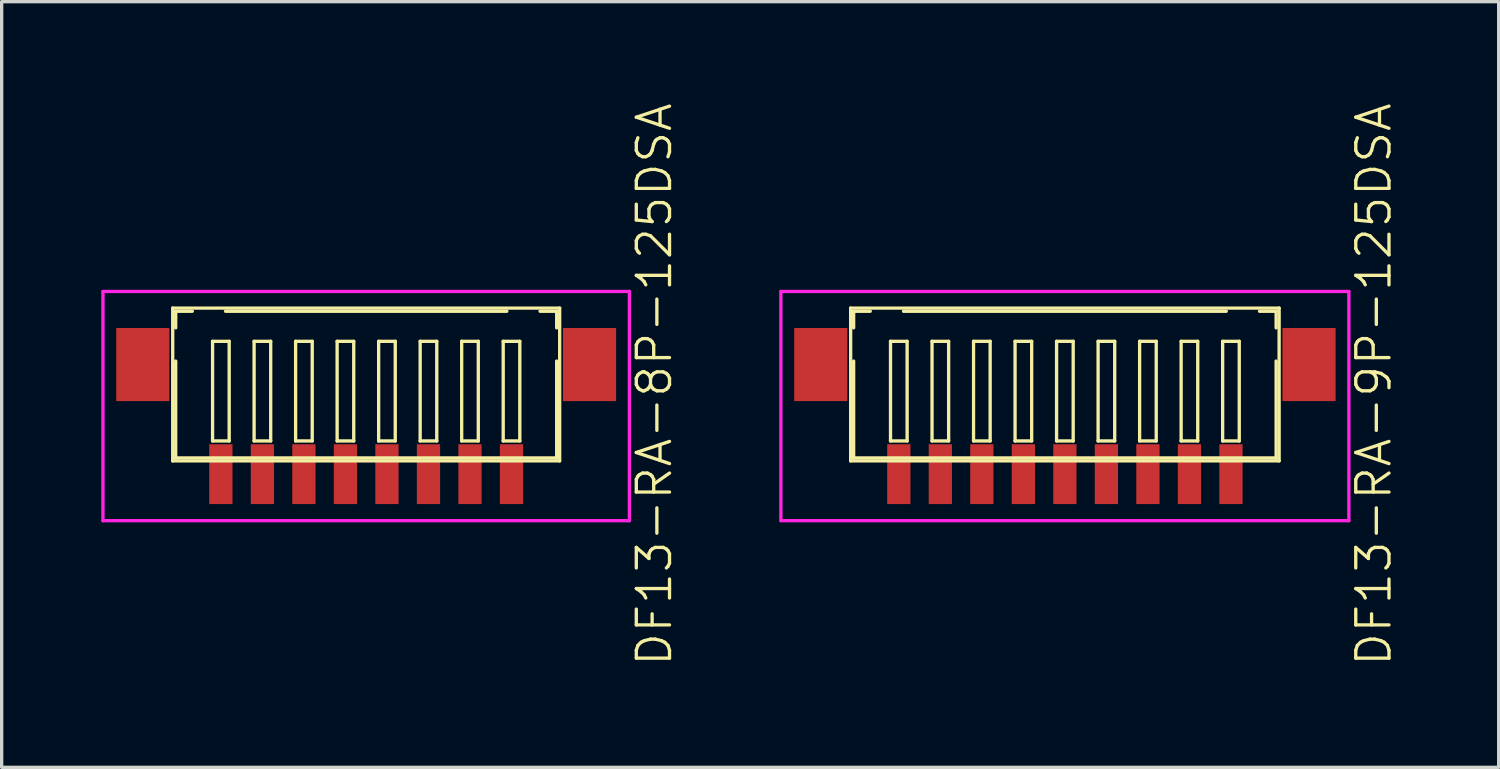
<source format=kicad_pcb>
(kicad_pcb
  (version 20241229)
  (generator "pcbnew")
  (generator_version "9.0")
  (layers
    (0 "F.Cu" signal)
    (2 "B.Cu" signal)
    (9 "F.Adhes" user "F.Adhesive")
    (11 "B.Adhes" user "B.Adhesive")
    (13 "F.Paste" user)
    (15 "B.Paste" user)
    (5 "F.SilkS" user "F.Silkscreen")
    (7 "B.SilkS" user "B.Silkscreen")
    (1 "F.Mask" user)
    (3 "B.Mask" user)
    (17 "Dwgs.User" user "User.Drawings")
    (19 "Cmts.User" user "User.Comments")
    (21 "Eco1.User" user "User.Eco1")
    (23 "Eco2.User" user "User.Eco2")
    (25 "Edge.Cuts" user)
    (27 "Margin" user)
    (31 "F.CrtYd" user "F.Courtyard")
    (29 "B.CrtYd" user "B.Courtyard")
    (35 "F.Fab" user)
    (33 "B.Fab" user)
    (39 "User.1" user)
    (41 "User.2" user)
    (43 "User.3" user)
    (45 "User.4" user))
  (footprint "DF13-RA-9P-125DSA"
    (layer "F.Cu")
    (at 29.011 11.226)
    (property "Reference" "DF13-RA-9P-125DSA" (at 9.3 -2.7 90) (layer "F.SilkS") (effects (font (size 1 1) (thickness 0.1))))
    (attr through_hole)
    (fp_line (start -6.45 -5) (end -6.45 -0.4) (stroke (width 0.1) (type solid)) (layer "F.SilkS"))
    (fp_line (start -6.45 -5) (end 6.45 -5) (stroke (width 0.1) (type solid)) (layer "F.SilkS"))
    (fp_line (start -6.45 -0.4) (end 6.45 -0.4) (stroke (width 0.1) (type solid)) (layer "F.SilkS"))
    (fp_line (start -6.36 -4.905) (end -6.36 -4.405) (stroke (width 0.1) (type solid)) (layer "F.SilkS"))
    (fp_line (start -6.36 -4.905) (end -5.86 -4.905) (stroke (width 0.1) (type solid)) (layer "F.SilkS"))
    (fp_line (start -6.36 -3.405) (end -6.36 -0.49) (stroke (width 0.1) (type solid)) (layer "F.SilkS"))
    (fp_line (start -6.36 -0.49) (end 6.36 -0.49) (stroke (width 0.1) (type solid)) (layer "F.SilkS"))
    (fp_line (start -5.25 -4) (end -5.25 -1) (stroke (width 0.1) (type solid)) (layer "F.SilkS"))
    (fp_line (start -5.25 -1) (end -4.75 -1) (stroke (width 0.1) (type solid)) (layer "F.SilkS"))
    (fp_line (start -4.86 -4.905) (end 4.86 -4.905) (stroke (width 0.1) (type solid)) (layer "F.SilkS"))
    (fp_line (start -4.75 -4) (end -5.25 -4) (stroke (width 0.1) (type solid)) (layer "F.SilkS"))
    (fp_line (start -4.75 -1) (end -4.75 -4) (stroke (width 0.1) (type solid)) (layer "F.SilkS"))
    (fp_line (start -4 -4) (end -4 -1) (stroke (width 0.1) (type solid)) (layer "F.SilkS"))
    (fp_line (start -4 -1) (end -3.5 -1) (stroke (width 0.1) (type solid)) (layer "F.SilkS"))
    (fp_line (start -3.5 -4) (end -4 -4) (stroke (width 0.1) (type solid)) (layer "F.SilkS"))
    (fp_line (start -3.5 -1) (end -3.5 -4) (stroke (width 0.1) (type solid)) (layer "F.SilkS"))
    (fp_line (start -2.75 -4) (end -2.75 -1) (stroke (width 0.1) (type solid)) (layer "F.SilkS"))
    (fp_line (start -2.75 -1) (end -2.25 -1) (stroke (width 0.1) (type solid)) (layer "F.SilkS"))
    (fp_line (start -2.25 -4) (end -2.75 -4) (stroke (width 0.1) (type solid)) (layer "F.SilkS"))
    (fp_line (start -2.25 -1) (end -2.25 -4) (stroke (width 0.1) (type solid)) (layer "F.SilkS"))
    (fp_line (start -1.5 -4) (end -1.5 -1) (stroke (width 0.1) (type solid)) (layer "F.SilkS"))
    (fp_line (start -1.5 -1) (end -1 -1) (stroke (width 0.1) (type solid)) (layer "F.SilkS"))
    (fp_line (start -1 -4) (end -1.5 -4) (stroke (width 0.1) (type solid)) (layer "F.SilkS"))
    (fp_line (start -1 -1) (end -1 -4) (stroke (width 0.1) (type solid)) (layer "F.SilkS"))
    (fp_line (start -0.25 -4) (end -0.25 -1) (stroke (width 0.1) (type solid)) (layer "F.SilkS"))
    (fp_line (start -0.25 -1) (end 0.25 -1) (stroke (width 0.1) (type solid)) (layer "F.SilkS"))
    (fp_line (start 0.25 -4) (end -0.25 -4) (stroke (width 0.1) (type solid)) (layer "F.SilkS"))
    (fp_line (start 0.25 -1) (end 0.25 -4) (stroke (width 0.1) (type solid)) (layer "F.SilkS"))
    (fp_line (start 1 -4) (end 1 -1) (stroke (width 0.1) (type solid)) (layer "F.SilkS"))
    (fp_line (start 1 -1) (end 1.5 -1) (stroke (width 0.1) (type solid)) (layer "F.SilkS"))
    (fp_line (start 1.5 -4) (end 1 -4) (stroke (width 0.1) (type solid)) (layer "F.SilkS"))
    (fp_line (start 1.5 -1) (end 1.5 -4) (stroke (width 0.1) (type solid)) (layer "F.SilkS"))
    (fp_line (start 2.25 -4) (end 2.25 -1) (stroke (width 0.1) (type solid)) (layer "F.SilkS"))
    (fp_line (start 2.25 -1) (end 2.75 -1) (stroke (width 0.1) (type solid)) (layer "F.SilkS"))
    (fp_line (start 2.75 -4) (end 2.25 -4) (stroke (width 0.1) (type solid)) (layer "F.SilkS"))
    (fp_line (start 2.75 -1) (end 2.75 -4) (stroke (width 0.1) (type solid)) (layer "F.SilkS"))
    (fp_line (start 3.5 -4) (end 3.5 -1) (stroke (width 0.1) (type solid)) (layer "F.SilkS"))
    (fp_line (start 3.5 -1) (end 4 -1) (stroke (width 0.1) (type solid)) (layer "F.SilkS"))
    (fp_line (start 4 -4) (end 3.5 -4) (stroke (width 0.1) (type solid)) (layer "F.SilkS"))
    (fp_line (start 4 -1) (end 4 -4) (stroke (width 0.1) (type solid)) (layer "F.SilkS"))
    (fp_line (start 4.75 -4) (end 4.75 -1) (stroke (width 0.1) (type solid)) (layer "F.SilkS"))
    (fp_line (start 4.75 -1) (end 5.25 -1) (stroke (width 0.1) (type solid)) (layer "F.SilkS"))
    (fp_line (start 5.25 -4) (end 4.75 -4) (stroke (width 0.1) (type solid)) (layer "F.SilkS"))
    (fp_line (start 5.25 -1) (end 5.25 -4) (stroke (width 0.1) (type solid)) (layer "F.SilkS"))
    (fp_line (start 5.86 -4.905) (end 6.36 -4.905) (stroke (width 0.1) (type solid)) (layer "F.SilkS"))
    (fp_line (start 6.36 -4.905) (end 6.36 -4.405) (stroke (width 0.1) (type solid)) (layer "F.SilkS"))
    (fp_line (start 6.36 -3.405) (end 6.36 -0.49) (stroke (width 0.1) (type solid)) (layer "F.SilkS"))
    (fp_line (start 6.45 -5) (end 6.45 -0.4) (stroke (width 0.1) (type solid)) (layer "F.SilkS"))
    (fp_line (start -8.55 -5.5) (end -8.55 1.4) (stroke (width 0.1) (type solid)) (layer "F.CrtYd"))
    (fp_line (start -8.55 1.4) (end 8.55 1.4) (stroke (width 0.1) (type solid)) (layer "F.CrtYd"))
    (fp_line (start 8.55 -5.5) (end -8.55 -5.5) (stroke (width 0.1) (type solid)) (layer "F.CrtYd"))
    (fp_line (start 8.55 1.4) (end 8.55 -5.5) (stroke (width 0.1) (type solid)) (layer "F.CrtYd"))
    (pad "1" smd rect (at -5 0) (size 0.7 1.8) (layers "F.Cu" "F.Mask" "F.Paste"))
    (pad "2" smd rect (at -3.75 0) (size 0.7 1.8) (layers "F.Cu" "F.Mask" "F.Paste"))
    (pad "3" smd rect (at -2.5 0) (size 0.7 1.8) (layers "F.Cu" "F.Mask" "F.Paste"))
    (pad "4" smd rect (at -1.25 0) (size 0.7 1.8) (layers "F.Cu" "F.Mask" "F.Paste"))
    (pad "5" smd rect (at 0 0) (size 0.7 1.8) (layers "F.Cu" "F.Mask" "F.Paste"))
    (pad "6" smd rect (at 1.25 0) (size 0.7 1.8) (layers "F.Cu" "F.Mask" "F.Paste"))
    (pad "7" smd rect (at 2.5 0) (size 0.7 1.8) (layers "F.Cu" "F.Mask" "F.Paste"))
    (pad "8" smd rect (at 3.75 0) (size 0.7 1.8) (layers "F.Cu" "F.Mask" "F.Paste"))
    (pad "9" smd rect (at 5 0) (size 0.7 1.8) (layers "F.Cu" "F.Mask" "F.Paste"))
    (pad "S" smd rect (at -7.35 -3.3) (size 1.6 2.2) (layers "F.Cu" "F.Mask" "F.Paste"))
    (pad "S" smd rect (at 7.35 -3.3) (size 1.6 2.2) (layers "F.Cu" "F.Mask" "F.Paste")))
  (footprint "DF13-RA-8P-125DSA"
    (layer "F.Cu")
    (at 7.975 11.226)
    (property "Reference" "DF13-RA-8P-125DSA" (at 8.675 -2.7 90) (layer "F.SilkS") (effects (font (size 1 1) (thickness 0.1))))
    (attr through_hole)
    (fp_line (start -5.825 -5) (end -5.825 -0.4) (stroke (width 0.1) (type solid)) (layer "F.SilkS"))
    (fp_line (start -5.825 -5) (end 5.825 -5) (stroke (width 0.1) (type solid)) (layer "F.SilkS"))
    (fp_line (start -5.825 -0.4) (end 5.825 -0.4) (stroke (width 0.1) (type solid)) (layer "F.SilkS"))
    (fp_line (start -5.735 -4.905) (end -5.735 -4.405) (stroke (width 0.1) (type solid)) (layer "F.SilkS"))
    (fp_line (start -5.735 -4.905) (end -5.235 -4.905) (stroke (width 0.1) (type solid)) (layer "F.SilkS"))
    (fp_line (start -5.735 -3.405) (end -5.735 -0.49) (stroke (width 0.1) (type solid)) (layer "F.SilkS"))
    (fp_line (start -5.735 -0.49) (end 5.735 -0.49) (stroke (width 0.1) (type solid)) (layer "F.SilkS"))
    (fp_line (start -4.625 -4) (end -4.625 -1) (stroke (width 0.1) (type solid)) (layer "F.SilkS"))
    (fp_line (start -4.625 -1) (end -4.125 -1) (stroke (width 0.1) (type solid)) (layer "F.SilkS"))
    (fp_line (start -4.235 -4.905) (end 4.235 -4.905) (stroke (width 0.1) (type solid)) (layer "F.SilkS"))
    (fp_line (start -4.125 -4) (end -4.625 -4) (stroke (width 0.1) (type solid)) (layer "F.SilkS"))
    (fp_line (start -4.125 -1) (end -4.125 -4) (stroke (width 0.1) (type solid)) (layer "F.SilkS"))
    (fp_line (start -3.375 -4) (end -3.375 -1) (stroke (width 0.1) (type solid)) (layer "F.SilkS"))
    (fp_line (start -3.375 -1) (end -2.875 -1) (stroke (width 0.1) (type solid)) (layer "F.SilkS"))
    (fp_line (start -2.875 -4) (end -3.375 -4) (stroke (width 0.1) (type solid)) (layer "F.SilkS"))
    (fp_line (start -2.875 -1) (end -2.875 -4) (stroke (width 0.1) (type solid)) (layer "F.SilkS"))
    (fp_line (start -2.125 -4) (end -2.125 -1) (stroke (width 0.1) (type solid)) (layer "F.SilkS"))
    (fp_line (start -2.125 -1) (end -1.625 -1) (stroke (width 0.1) (type solid)) (layer "F.SilkS"))
    (fp_line (start -1.625 -4) (end -2.125 -4) (stroke (width 0.1) (type solid)) (layer "F.SilkS"))
    (fp_line (start -1.625 -1) (end -1.625 -4) (stroke (width 0.1) (type solid)) (layer "F.SilkS"))
    (fp_line (start -0.875 -4) (end -0.875 -1) (stroke (width 0.1) (type solid)) (layer "F.SilkS"))
    (fp_line (start -0.875 -1) (end -0.375 -1) (stroke (width 0.1) (type solid)) (layer "F.SilkS"))
    (fp_line (start -0.375 -4) (end -0.875 -4) (stroke (width 0.1) (type solid)) (layer "F.SilkS"))
    (fp_line (start -0.375 -1) (end -0.375 -4) (stroke (width 0.1) (type solid)) (layer "F.SilkS"))
    (fp_line (start 0.375 -4) (end 0.375 -1) (stroke (width 0.1) (type solid)) (layer "F.SilkS"))
    (fp_line (start 0.375 -1) (end 0.875 -1) (stroke (width 0.1) (type solid)) (layer "F.SilkS"))
    (fp_line (start 0.875 -4) (end 0.375 -4) (stroke (width 0.1) (type solid)) (layer "F.SilkS"))
    (fp_line (start 0.875 -1) (end 0.875 -4) (stroke (width 0.1) (type solid)) (layer "F.SilkS"))
    (fp_line (start 1.625 -4) (end 1.625 -1) (stroke (width 0.1) (type solid)) (layer "F.SilkS"))
    (fp_line (start 1.625 -1) (end 2.125 -1) (stroke (width 0.1) (type solid)) (layer "F.SilkS"))
    (fp_line (start 2.125 -4) (end 1.625 -4) (stroke (width 0.1) (type solid)) (layer "F.SilkS"))
    (fp_line (start 2.125 -1) (end 2.125 -4) (stroke (width 0.1) (type solid)) (layer "F.SilkS"))
    (fp_line (start 2.875 -4) (end 2.875 -1) (stroke (width 0.1) (type solid)) (layer "F.SilkS"))
    (fp_line (start 2.875 -1) (end 3.375 -1) (stroke (width 0.1) (type solid)) (layer "F.SilkS"))
    (fp_line (start 3.375 -4) (end 2.875 -4) (stroke (width 0.1) (type solid)) (layer "F.SilkS"))
    (fp_line (start 3.375 -1) (end 3.375 -4) (stroke (width 0.1) (type solid)) (layer "F.SilkS"))
    (fp_line (start 4.125 -4) (end 4.125 -1) (stroke (width 0.1) (type solid)) (layer "F.SilkS"))
    (fp_line (start 4.125 -1) (end 4.625 -1) (stroke (width 0.1) (type solid)) (layer "F.SilkS"))
    (fp_line (start 4.625 -4) (end 4.125 -4) (stroke (width 0.1) (type solid)) (layer "F.SilkS"))
    (fp_line (start 4.625 -1) (end 4.625 -4) (stroke (width 0.1) (type solid)) (layer "F.SilkS"))
    (fp_line (start 5.235 -4.905) (end 5.735 -4.905) (stroke (width 0.1) (type solid)) (layer "F.SilkS"))
    (fp_line (start 5.735 -4.905) (end 5.735 -4.405) (stroke (width 0.1) (type solid)) (layer "F.SilkS"))
    (fp_line (start 5.735 -3.405) (end 5.735 -0.49) (stroke (width 0.1) (type solid)) (layer "F.SilkS"))
    (fp_line (start 5.825 -5) (end 5.825 -0.4) (stroke (width 0.1) (type solid)) (layer "F.SilkS"))
    (fp_line (start -7.925 -5.5) (end -7.925 1.4) (stroke (width 0.1) (type solid)) (layer "F.CrtYd"))
    (fp_line (start -7.925 1.4) (end 7.925 1.4) (stroke (width 0.1) (type solid)) (layer "F.CrtYd"))
    (fp_line (start 7.925 -5.5) (end -7.925 -5.5) (stroke (width 0.1) (type solid)) (layer "F.CrtYd"))
    (fp_line (start 7.925 1.4) (end 7.925 -5.5) (stroke (width 0.1) (type solid)) (layer "F.CrtYd"))
    (pad "1" smd rect (at -4.375 0) (size 0.7 1.8) (layers "F.Cu" "F.Mask" "F.Paste"))
    (pad "2" smd rect (at -3.125 0) (size 0.7 1.8) (layers "F.Cu" "F.Mask" "F.Paste"))
    (pad "3" smd rect (at -1.875 0) (size 0.7 1.8) (layers "F.Cu" "F.Mask" "F.Paste"))
    (pad "4" smd rect (at -0.625 0) (size 0.7 1.8) (layers "F.Cu" "F.Mask" "F.Paste"))
    (pad "5" smd rect (at 0.625 0) (size 0.7 1.8) (layers "F.Cu" "F.Mask" "F.Paste"))
    (pad "6" smd rect (at 1.875 0) (size 0.7 1.8) (layers "F.Cu" "F.Mask" "F.Paste"))
    (pad "7" smd rect (at 3.125 0) (size 0.7 1.8) (layers "F.Cu" "F.Mask" "F.Paste"))
    (pad "8" smd rect (at 4.375 0) (size 0.7 1.8) (layers "F.Cu" "F.Mask" "F.Paste"))
    (pad "S" smd rect (at -6.725 -3.3) (size 1.6 2.2) (layers "F.Cu" "F.Mask" "F.Paste"))
    (pad "S" smd rect (at 6.725 -3.3) (size 1.6 2.2) (layers "F.Cu" "F.Mask" "F.Paste")))
  (gr_rect
    (start -3 -3)
    (end 42.071 20.052)
    (stroke (width 0.1) (type default))
    (fill no)
    (layer "Edge.Cuts")))
</source>
